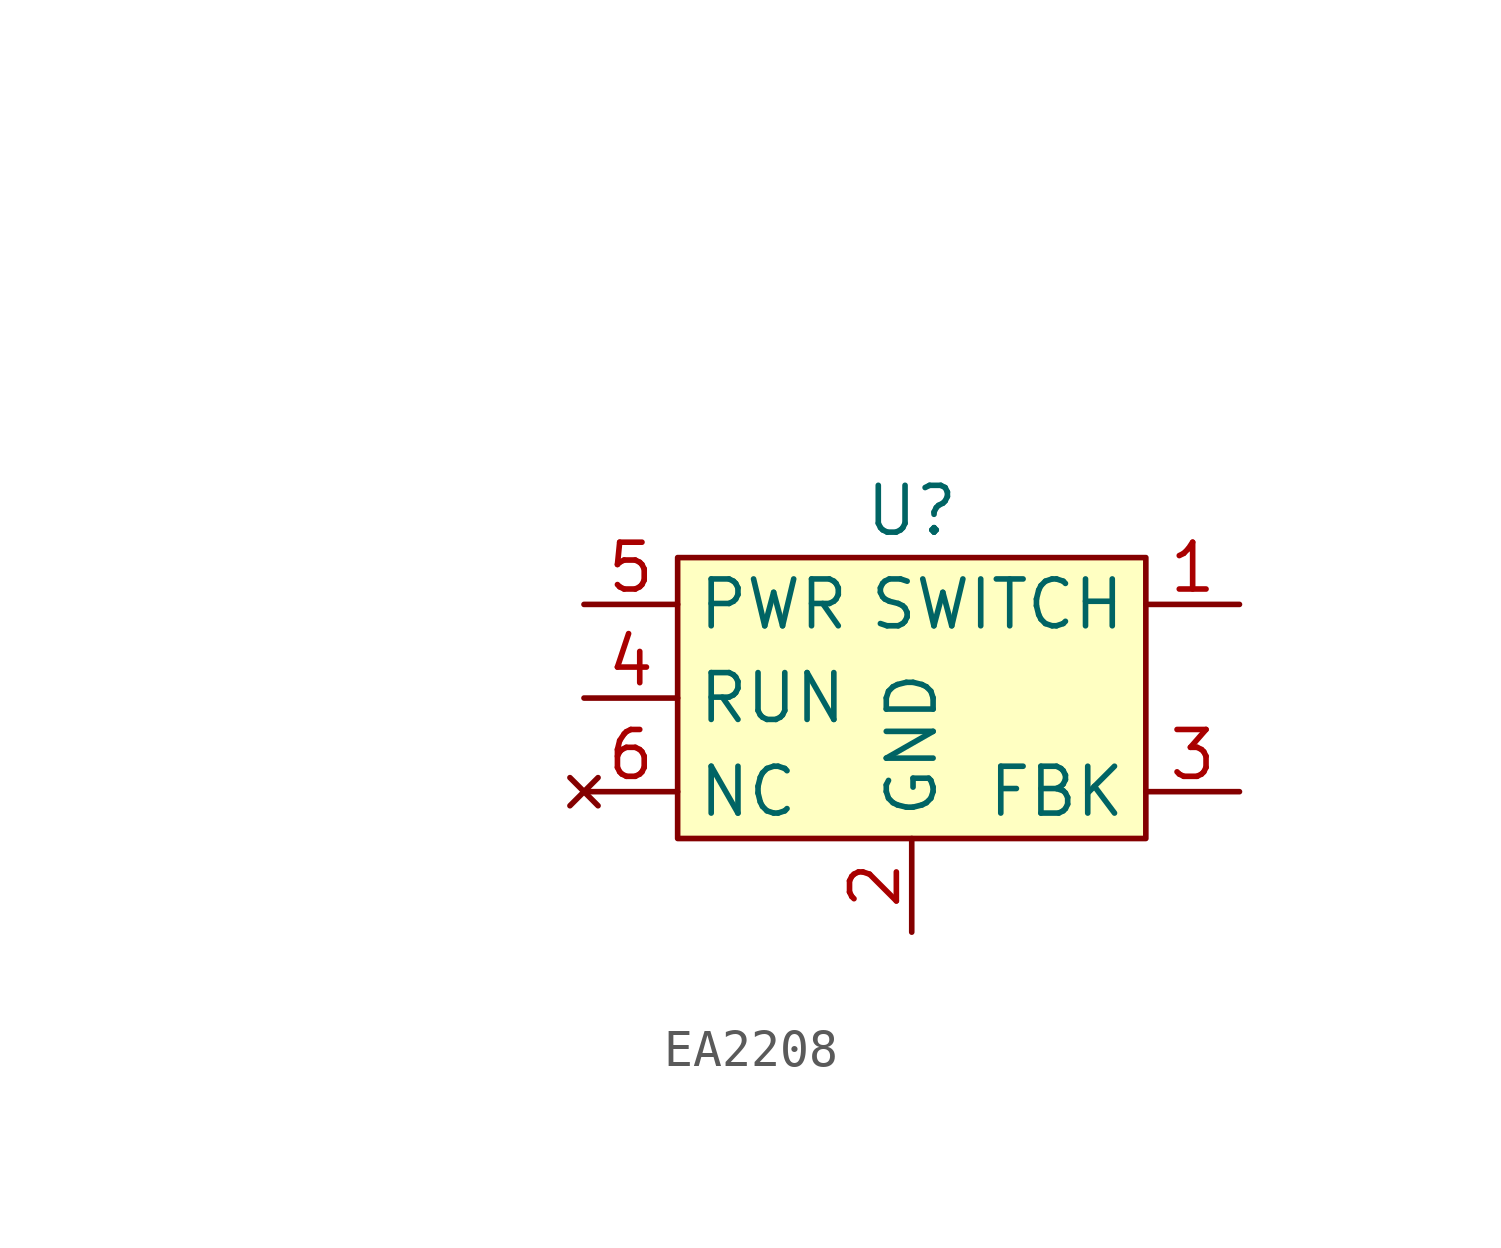
<source format=kicad_sym>
(kicad_symbol_lib
  (version 20241209)
  (generator "kicad_symbol_editor")
  (generator_version "9.0")
  (symbol "EA2208"
    (property "Reference" "U"
      (at 0 5.08 0)
      (effects (font (size 1.27 1.27))))
    (property "Value" ""
      (at -17.78 12.7 0)
      (effects (font (size 1.27 1.27))))
    (symbol "EA2208_1_1"
      (rectangle (start -6.35 3.81) (end 6.35 -3.81) (stroke (width 0) (type default)) (fill (type background)))
      (pin power_in line (at -8.89 2.54 0) (length 2.54) (name "PWR" (effects (font (size 1.27 1.27)))) (number "5" (effects (font (size 1.27 1.27)))))
      (pin input line (at -8.89 0 0) (length 2.54) (name "RUN" (effects (font (size 1.27 1.27)))) (number "4" (effects (font (size 1.27 1.27)))))
      (pin no_connect line (at -8.89 -2.54 0) (length 2.54) (name "NC" (effects (font (size 1.27 1.27)))) (number "6" (effects (font (size 1.27 1.27)))))
      (pin power_in line (at 0 -6.35 90) (length 2.54) (name "GND" (effects (font (size 1.27 1.27)))) (number "2" (effects (font (size 1.27 1.27)))))
      (pin power_out line (at 8.89 2.54 180) (length 2.54) (name "SWITCH" (effects (font (size 1.27 1.27)))) (number "1" (effects (font (size 1.27 1.27)))))
      (pin input line (at 8.89 -2.54 180) (length 2.54) (name "FBK" (effects (font (size 1.27 1.27)))) (number "3" (effects (font (size 1.27 1.27))))))))
</source>
